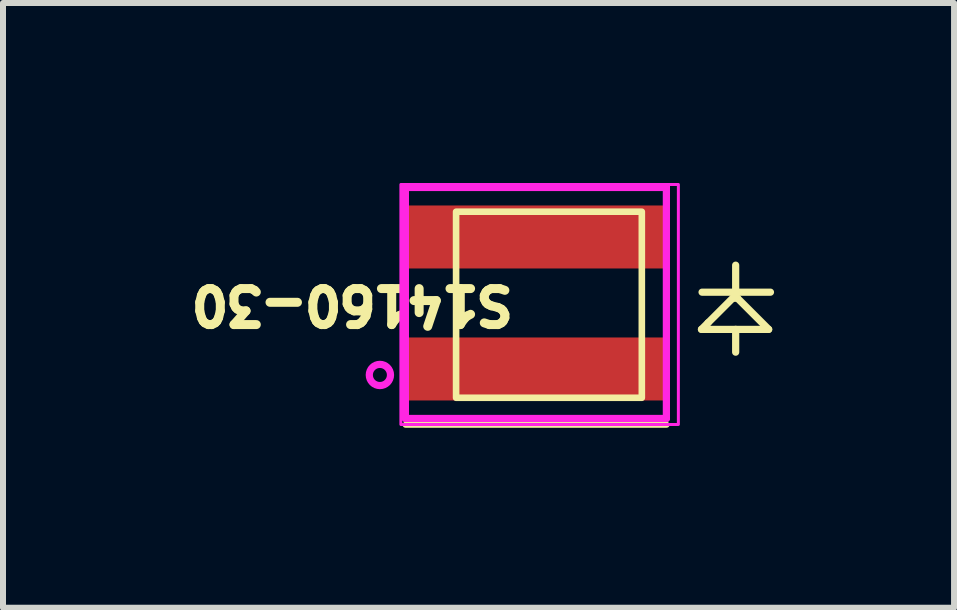
<source format=kicad_pcb>
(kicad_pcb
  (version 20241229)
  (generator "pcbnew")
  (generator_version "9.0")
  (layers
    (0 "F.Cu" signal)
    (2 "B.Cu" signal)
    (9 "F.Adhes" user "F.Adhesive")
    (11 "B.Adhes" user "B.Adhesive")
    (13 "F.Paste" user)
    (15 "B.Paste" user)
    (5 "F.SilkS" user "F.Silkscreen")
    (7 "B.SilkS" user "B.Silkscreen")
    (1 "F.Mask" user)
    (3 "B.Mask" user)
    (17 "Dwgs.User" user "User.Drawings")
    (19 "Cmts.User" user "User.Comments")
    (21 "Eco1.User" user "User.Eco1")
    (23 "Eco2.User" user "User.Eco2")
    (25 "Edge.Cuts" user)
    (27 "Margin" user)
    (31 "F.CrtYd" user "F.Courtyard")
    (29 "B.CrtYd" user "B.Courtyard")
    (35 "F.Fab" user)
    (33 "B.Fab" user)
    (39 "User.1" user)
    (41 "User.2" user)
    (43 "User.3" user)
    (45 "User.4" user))
  (footprint "S14160-30"
    (layer "F.Cu")
    (at 6.122 2.01)
    (property "Reference" "S14160-30" (at -3.3 0.02 180) (unlocked yes) (layer "F.SilkS") (effects (font (size 0.6 0.6) (thickness 0.15))))
    (attr smd)
    (fp_line (start -2.415 -1.935) (end -2.415 1.915) (stroke (width 0.1) (type solid)) (layer "F.SilkS"))
    (fp_line (start -2.412 2.02) (end 1.938 2.02) (stroke (width 0.1) (type solid)) (layer "F.SilkS"))
    (fp_line (start 1.935 -1.935) (end -2.415 -1.935) (stroke (width 0.11) (type solid)) (layer "F.SilkS"))
    (fp_line (start 1.935 1.915) (end 1.935 -1.935) (stroke (width 0.11) (type solid)) (layer "F.SilkS"))
    (fp_line (start 2.52 0.43) (end 3.64 0.43) (stroke (width 0.12) (type solid)) (layer "F.SilkS"))
    (fp_line (start 2.53 -0.19) (end 3.67 -0.19) (stroke (width 0.12) (type solid)) (layer "F.SilkS"))
    (fp_line (start 2.63 0.32) (end 2.52 0.43) (stroke (width 0.12) (type solid)) (layer "F.SilkS"))
    (fp_line (start 3.08 -0.13) (end 2.63 0.32) (stroke (width 0.12) (type solid)) (layer "F.SilkS"))
    (fp_line (start 3.09 -0.64) (end 3.09 -0.24) (stroke (width 0.12) (type solid)) (layer "F.SilkS"))
    (fp_line (start 3.09 0.43) (end 3.09 0.81) (stroke (width 0.12) (type solid)) (layer "F.SilkS"))
    (fp_line (start 3.12 -0.09) (end 3.05 -0.09) (stroke (width 0.12) (type solid)) (layer "F.SilkS"))
    (fp_line (start 3.64 0.43) (end 3.12 -0.09) (stroke (width 0.12) (type solid)) (layer "F.SilkS"))
    (fp_rect (start 1.526 -1.531) (end -1.57 1.57) (stroke (width 0.11) (type solid)) (fill no) (layer "F.SilkS"))
    (fp_line (start -2.415 -1.935) (end 1.935 -1.935) (stroke (width 0.12) (type solid)) (layer "F.CrtYd"))
    (fp_line (start -2.415 1.915) (end -2.415 -1.935) (stroke (width 0.12) (type solid)) (layer "F.CrtYd"))
    (fp_line (start 1.935 -1.935) (end 1.935 1.915) (stroke (width 0.12) (type solid)) (layer "F.CrtYd"))
    (fp_line (start 1.935 1.915) (end -2.415 1.915) (stroke (width 0.12) (type solid)) (layer "F.CrtYd"))
    (fp_rect (start -2.49 -1.985) (end 2.135 2.015) (stroke (width 0.05) (type solid)) (fill no) (layer "F.CrtYd"))
    (fp_circle (center -2.84 1.19) (end -2.715 1.315) (stroke (width 0.12) (type solid)) (fill no) (layer "F.CrtYd"))
    (pad "1" smd rect (at -0.24 1.09) (size 4.25 1.05) (layers "F.Cu" "F.Mask" "F.Paste"))
    (pad "2" smd rect (at -0.24 -1.11) (size 4.25 1.05) (layers "F.Cu" "F.Mask" "F.Paste")))
  (gr_rect
    (start -3 -3)
    (end 12.852 7.08)
    (stroke (width 0.1) (type default))
    (fill no)
    (layer "Edge.Cuts")))
</source>
